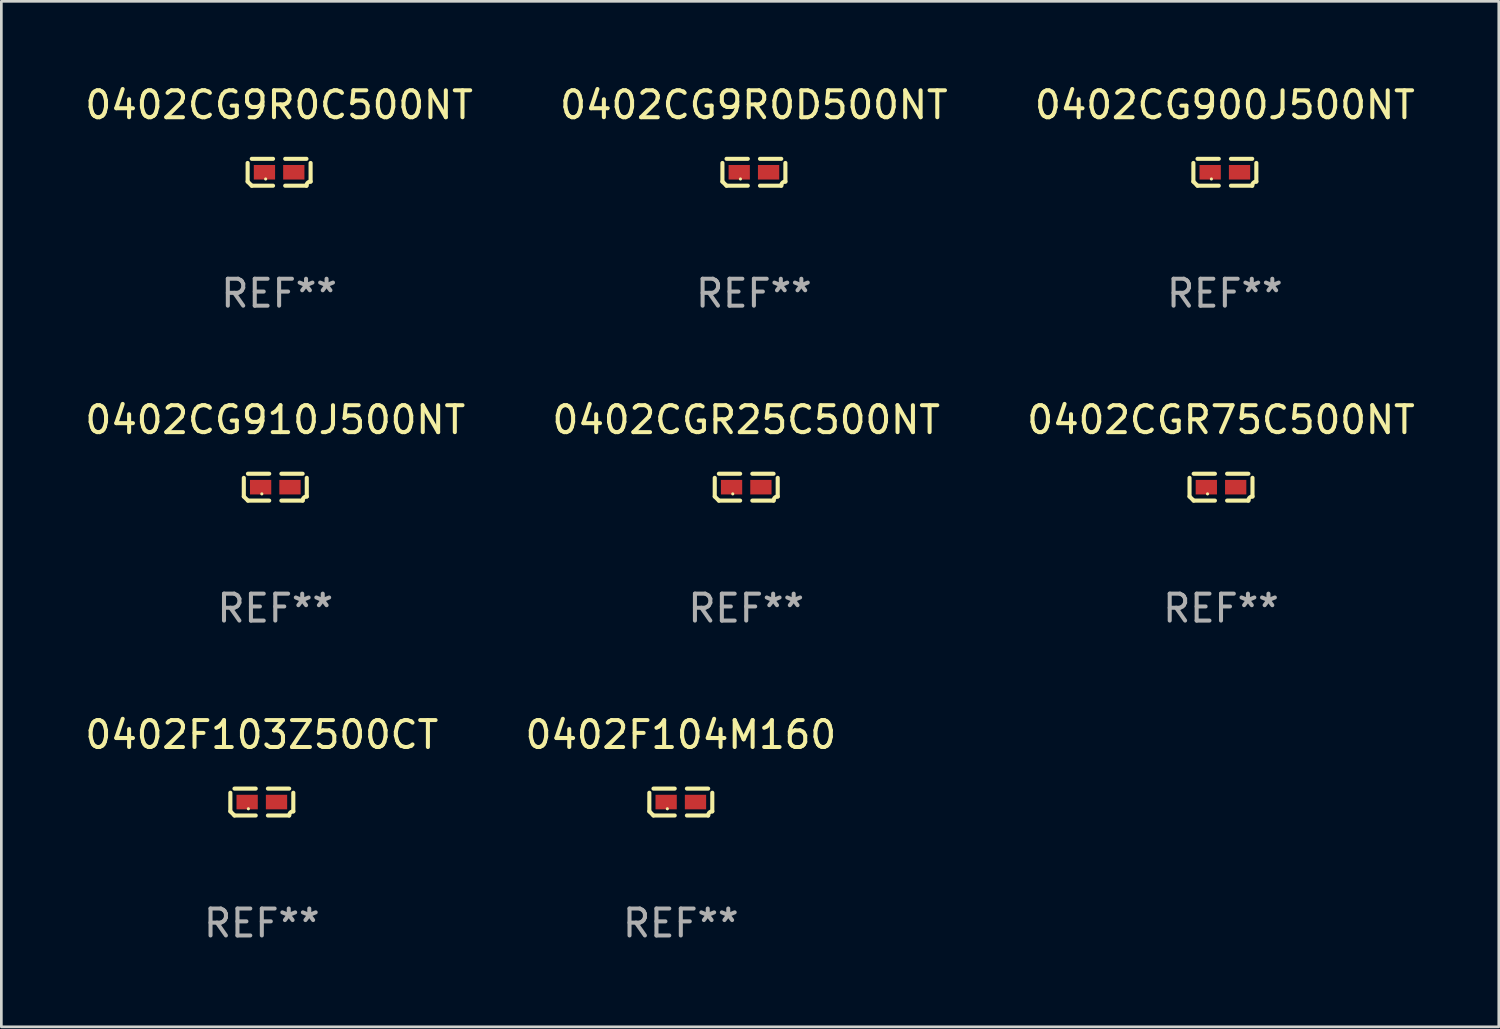
<source format=kicad_pcb>
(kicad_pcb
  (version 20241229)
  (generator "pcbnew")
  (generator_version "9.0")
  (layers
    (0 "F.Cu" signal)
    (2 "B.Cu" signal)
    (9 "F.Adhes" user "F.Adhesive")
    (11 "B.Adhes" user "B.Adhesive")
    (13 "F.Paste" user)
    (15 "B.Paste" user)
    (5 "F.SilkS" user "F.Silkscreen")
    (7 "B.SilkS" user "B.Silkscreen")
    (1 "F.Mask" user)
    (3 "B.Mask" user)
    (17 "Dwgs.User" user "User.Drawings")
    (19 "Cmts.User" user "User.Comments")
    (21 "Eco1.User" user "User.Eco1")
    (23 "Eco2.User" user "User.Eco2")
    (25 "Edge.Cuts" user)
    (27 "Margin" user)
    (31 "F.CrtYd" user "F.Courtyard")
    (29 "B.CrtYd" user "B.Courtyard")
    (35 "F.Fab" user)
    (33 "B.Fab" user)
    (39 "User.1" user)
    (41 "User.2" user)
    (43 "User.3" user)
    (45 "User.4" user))
  (footprint "0402CG910J500NT"
    (layer "F.Cu")
    (at 7.173 15.041)
    (property "Reference" "0402CG910J500NT" (at 0 -2.499 0) (layer "F.SilkS") (effects (font (size 1 1) (thickness 0.15))))
    (attr through_hole)
    (fp_line (start -1.169 0.346) (end -1.169 -0.346) (stroke (width 0.152) (type solid)) (layer "F.SilkS"))
    (fp_line (start -1.016 -0.499) (end -0.226 -0.499) (stroke (width 0.152) (type solid)) (layer "F.SilkS"))
    (fp_line (start -0.226 0.499) (end -1.016 0.499) (stroke (width 0.152) (type solid)) (layer "F.SilkS"))
    (fp_line (start 0.226 0.499) (end 1.016 0.499) (stroke (width 0.152) (type solid)) (layer "F.SilkS"))
    (fp_line (start 1.016 -0.499) (end 0.226 -0.499) (stroke (width 0.152) (type solid)) (layer "F.SilkS"))
    (fp_line (start 1.169 0.346) (end 1.169 -0.346) (stroke (width 0.152) (type solid)) (layer "F.SilkS"))
    (fp_arc (start -1.016307 0.498603) (mid -1.092512 0.422405) (end -1.16871 0.3462) (stroke (width 0.1524) (type solid)) (layer "F.SilkS"))
    (fp_arc (start 1.016307 0.498603) (mid 1.060899 0.390758) (end 1.168707 0.346076) (stroke (width 0.1524) (type solid)) (layer "F.SilkS"))
    (fp_circle (center -0.5 0.25) (end -0.47 0.25) (stroke (width 0.06) (type solid)) (fill no) (layer "F.SilkS"))
    (fp_text user "REF**" (at 0 4.499 0) (layer "F.Fab") (effects (font (size 1 1) (thickness 0.15))))
    (pad "1" smd rect (at -0.545 0) (size 0.79 0.54) (layers "F.Cu" "F.Mask" "F.Paste"))
    (pad "2" smd rect (at 0.545 0) (size 0.79 0.54) (layers "F.Cu" "F.Mask" "F.Paste")))
  (footprint "0402CG9R0C500NT"
    (layer "F.Cu")
    (at 7.315 3.347)
    (property "Reference" "0402CG9R0C500NT" (at 0 -2.499 0) (layer "F.SilkS") (effects (font (size 1 1) (thickness 0.15))))
    (attr through_hole)
    (fp_line (start -1.169 0.346) (end -1.169 -0.346) (stroke (width 0.152) (type solid)) (layer "F.SilkS"))
    (fp_line (start -1.016 -0.499) (end -0.226 -0.499) (stroke (width 0.152) (type solid)) (layer "F.SilkS"))
    (fp_line (start -0.226 0.499) (end -1.016 0.499) (stroke (width 0.152) (type solid)) (layer "F.SilkS"))
    (fp_line (start 0.226 0.499) (end 1.016 0.499) (stroke (width 0.152) (type solid)) (layer "F.SilkS"))
    (fp_line (start 1.016 -0.499) (end 0.226 -0.499) (stroke (width 0.152) (type solid)) (layer "F.SilkS"))
    (fp_line (start 1.169 0.346) (end 1.169 -0.346) (stroke (width 0.152) (type solid)) (layer "F.SilkS"))
    (fp_arc (start -1.016307 0.498603) (mid -1.092512 0.422405) (end -1.16871 0.3462) (stroke (width 0.1524) (type solid)) (layer "F.SilkS"))
    (fp_arc (start 1.016307 0.498603) (mid 1.060899 0.390758) (end 1.168707 0.346076) (stroke (width 0.1524) (type solid)) (layer "F.SilkS"))
    (fp_circle (center -0.5 0.25) (end -0.47 0.25) (stroke (width 0.06) (type solid)) (fill no) (layer "F.SilkS"))
    (fp_text user "REF**" (at 0 4.499 0) (layer "F.Fab") (effects (font (size 1 1) (thickness 0.15))))
    (pad "1" smd rect (at -0.545 0) (size 0.79 0.54) (layers "F.Cu" "F.Mask" "F.Paste"))
    (pad "2" smd rect (at 0.545 0) (size 0.79 0.54) (layers "F.Cu" "F.Mask" "F.Paste")))
  (footprint "0402F103Z500CT"
    (layer "F.Cu")
    (at 6.673 26.734)
    (property "Reference" "0402F103Z500CT" (at 0 -2.499 0) (layer "F.SilkS") (effects (font (size 1 1) (thickness 0.15))))
    (attr through_hole)
    (fp_line (start -1.169 0.346) (end -1.169 -0.346) (stroke (width 0.152) (type solid)) (layer "F.SilkS"))
    (fp_line (start -1.016 -0.499) (end -0.226 -0.499) (stroke (width 0.152) (type solid)) (layer "F.SilkS"))
    (fp_line (start -0.226 0.499) (end -1.016 0.499) (stroke (width 0.152) (type solid)) (layer "F.SilkS"))
    (fp_line (start 0.226 0.499) (end 1.016 0.499) (stroke (width 0.152) (type solid)) (layer "F.SilkS"))
    (fp_line (start 1.016 -0.499) (end 0.226 -0.499) (stroke (width 0.152) (type solid)) (layer "F.SilkS"))
    (fp_line (start 1.169 0.346) (end 1.169 -0.346) (stroke (width 0.152) (type solid)) (layer "F.SilkS"))
    (fp_arc (start -1.016307 0.498603) (mid -1.092512 0.422405) (end -1.16871 0.3462) (stroke (width 0.1524) (type solid)) (layer "F.SilkS"))
    (fp_arc (start 1.016307 0.498603) (mid 1.060899 0.390758) (end 1.168707 0.346076) (stroke (width 0.1524) (type solid)) (layer "F.SilkS"))
    (fp_circle (center -0.5 0.25) (end -0.47 0.25) (stroke (width 0.06) (type solid)) (fill no) (layer "F.SilkS"))
    (fp_text user "REF**" (at 0 4.499 0) (layer "F.Fab") (effects (font (size 1 1) (thickness 0.15))))
    (pad "1" smd rect (at -0.545 0) (size 0.79 0.54) (layers "F.Cu" "F.Mask" "F.Paste"))
    (pad "2" smd rect (at 0.545 0) (size 0.79 0.54) (layers "F.Cu" "F.Mask" "F.Paste")))
  (footprint "0402CG900J500NT"
    (layer "F.Cu")
    (at 42.435 3.347)
    (property "Reference" "0402CG900J500NT" (at 0 -2.499 0) (layer "F.SilkS") (effects (font (size 1 1) (thickness 0.15))))
    (attr through_hole)
    (fp_line (start -1.169 0.346) (end -1.169 -0.346) (stroke (width 0.152) (type solid)) (layer "F.SilkS"))
    (fp_line (start -1.016 -0.499) (end -0.226 -0.499) (stroke (width 0.152) (type solid)) (layer "F.SilkS"))
    (fp_line (start -0.226 0.499) (end -1.016 0.499) (stroke (width 0.152) (type solid)) (layer "F.SilkS"))
    (fp_line (start 0.226 0.499) (end 1.016 0.499) (stroke (width 0.152) (type solid)) (layer "F.SilkS"))
    (fp_line (start 1.016 -0.499) (end 0.226 -0.499) (stroke (width 0.152) (type solid)) (layer "F.SilkS"))
    (fp_line (start 1.169 0.346) (end 1.169 -0.346) (stroke (width 0.152) (type solid)) (layer "F.SilkS"))
    (fp_arc (start -1.016307 0.498603) (mid -1.092512 0.422405) (end -1.16871 0.3462) (stroke (width 0.1524) (type solid)) (layer "F.SilkS"))
    (fp_arc (start 1.016307 0.498603) (mid 1.060899 0.390758) (end 1.168707 0.346076) (stroke (width 0.1524) (type solid)) (layer "F.SilkS"))
    (fp_circle (center -0.5 0.25) (end -0.47 0.25) (stroke (width 0.06) (type solid)) (fill no) (layer "F.SilkS"))
    (fp_text user "REF**" (at 0 4.499 0) (layer "F.Fab") (effects (font (size 1 1) (thickness 0.15))))
    (pad "1" smd rect (at -0.545 0) (size 0.79 0.54) (layers "F.Cu" "F.Mask" "F.Paste"))
    (pad "2" smd rect (at 0.545 0) (size 0.79 0.54) (layers "F.Cu" "F.Mask" "F.Paste")))
  (footprint "0402F104M160"
    (layer "F.Cu")
    (at 22.232 26.734)
    (property "Reference" "0402F104M160" (at 0 -2.499 0) (layer "F.SilkS") (effects (font (size 1 1) (thickness 0.15))))
    (attr through_hole)
    (fp_line (start -1.169 0.346) (end -1.169 -0.346) (stroke (width 0.152) (type solid)) (layer "F.SilkS"))
    (fp_line (start -1.016 -0.499) (end -0.226 -0.499) (stroke (width 0.152) (type solid)) (layer "F.SilkS"))
    (fp_line (start -0.226 0.499) (end -1.016 0.499) (stroke (width 0.152) (type solid)) (layer "F.SilkS"))
    (fp_line (start 0.226 0.499) (end 1.016 0.499) (stroke (width 0.152) (type solid)) (layer "F.SilkS"))
    (fp_line (start 1.016 -0.499) (end 0.226 -0.499) (stroke (width 0.152) (type solid)) (layer "F.SilkS"))
    (fp_line (start 1.169 0.346) (end 1.169 -0.346) (stroke (width 0.152) (type solid)) (layer "F.SilkS"))
    (fp_arc (start -1.016307 0.498603) (mid -1.092512 0.422405) (end -1.16871 0.3462) (stroke (width 0.1524) (type solid)) (layer "F.SilkS"))
    (fp_arc (start 1.016307 0.498603) (mid 1.060899 0.390758) (end 1.168707 0.346076) (stroke (width 0.1524) (type solid)) (layer "F.SilkS"))
    (fp_circle (center -0.5 0.25) (end -0.47 0.25) (stroke (width 0.06) (type solid)) (fill no) (layer "F.SilkS"))
    (fp_text user "REF**" (at 0 4.499 0) (layer "F.Fab") (effects (font (size 1 1) (thickness 0.15))))
    (pad "1" smd rect (at -0.545 0) (size 0.79 0.54) (layers "F.Cu" "F.Mask" "F.Paste"))
    (pad "2" smd rect (at 0.545 0) (size 0.79 0.54) (layers "F.Cu" "F.Mask" "F.Paste")))
  (footprint "0402CGR25C500NT"
    (layer "F.Cu")
    (at 24.661 15.041)
    (property "Reference" "0402CGR25C500NT" (at 0 -2.499 0) (layer "F.SilkS") (effects (font (size 1 1) (thickness 0.15))))
    (attr through_hole)
    (fp_line (start -1.169 0.346) (end -1.169 -0.346) (stroke (width 0.152) (type solid)) (layer "F.SilkS"))
    (fp_line (start -1.016 -0.499) (end -0.226 -0.499) (stroke (width 0.152) (type solid)) (layer "F.SilkS"))
    (fp_line (start -0.226 0.499) (end -1.016 0.499) (stroke (width 0.152) (type solid)) (layer "F.SilkS"))
    (fp_line (start 0.226 0.499) (end 1.016 0.499) (stroke (width 0.152) (type solid)) (layer "F.SilkS"))
    (fp_line (start 1.016 -0.499) (end 0.226 -0.499) (stroke (width 0.152) (type solid)) (layer "F.SilkS"))
    (fp_line (start 1.169 0.346) (end 1.169 -0.346) (stroke (width 0.152) (type solid)) (layer "F.SilkS"))
    (fp_arc (start -1.016307 0.498603) (mid -1.092512 0.422405) (end -1.16871 0.3462) (stroke (width 0.1524) (type solid)) (layer "F.SilkS"))
    (fp_arc (start 1.016307 0.498603) (mid 1.060899 0.390758) (end 1.168707 0.346076) (stroke (width 0.1524) (type solid)) (layer "F.SilkS"))
    (fp_circle (center -0.5 0.25) (end -0.47 0.25) (stroke (width 0.06) (type solid)) (fill no) (layer "F.SilkS"))
    (fp_text user "REF**" (at 0 4.499 0) (layer "F.Fab") (effects (font (size 1 1) (thickness 0.15))))
    (pad "1" smd rect (at -0.545 0) (size 0.79 0.54) (layers "F.Cu" "F.Mask" "F.Paste"))
    (pad "2" smd rect (at 0.545 0) (size 0.79 0.54) (layers "F.Cu" "F.Mask" "F.Paste")))
  (footprint "0402CGR75C500NT"
    (layer "F.Cu")
    (at 42.292 15.041)
    (property "Reference" "0402CGR75C500NT" (at 0 -2.499 0) (layer "F.SilkS") (effects (font (size 1 1) (thickness 0.15))))
    (attr through_hole)
    (fp_line (start -1.169 0.346) (end -1.169 -0.346) (stroke (width 0.152) (type solid)) (layer "F.SilkS"))
    (fp_line (start -1.016 -0.499) (end -0.226 -0.499) (stroke (width 0.152) (type solid)) (layer "F.SilkS"))
    (fp_line (start -0.226 0.499) (end -1.016 0.499) (stroke (width 0.152) (type solid)) (layer "F.SilkS"))
    (fp_line (start 0.226 0.499) (end 1.016 0.499) (stroke (width 0.152) (type solid)) (layer "F.SilkS"))
    (fp_line (start 1.016 -0.499) (end 0.226 -0.499) (stroke (width 0.152) (type solid)) (layer "F.SilkS"))
    (fp_line (start 1.169 0.346) (end 1.169 -0.346) (stroke (width 0.152) (type solid)) (layer "F.SilkS"))
    (fp_arc (start -1.016307 0.498603) (mid -1.092512 0.422405) (end -1.16871 0.3462) (stroke (width 0.1524) (type solid)) (layer "F.SilkS"))
    (fp_arc (start 1.016307 0.498603) (mid 1.060899 0.390758) (end 1.168707 0.346076) (stroke (width 0.1524) (type solid)) (layer "F.SilkS"))
    (fp_circle (center -0.5 0.25) (end -0.47 0.25) (stroke (width 0.06) (type solid)) (fill no) (layer "F.SilkS"))
    (fp_text user "REF**" (at 0 4.499 0) (layer "F.Fab") (effects (font (size 1 1) (thickness 0.15))))
    (pad "1" smd rect (at -0.545 0) (size 0.79 0.54) (layers "F.Cu" "F.Mask" "F.Paste"))
    (pad "2" smd rect (at 0.545 0) (size 0.79 0.54) (layers "F.Cu" "F.Mask" "F.Paste")))
  (footprint "0402CG9R0D500NT"
    (layer "F.Cu")
    (at 24.946 3.347)
    (property "Reference" "0402CG9R0D500NT" (at 0 -2.499 0) (layer "F.SilkS") (effects (font (size 1 1) (thickness 0.15))))
    (attr through_hole)
    (fp_line (start -1.169 0.346) (end -1.169 -0.346) (stroke (width 0.152) (type solid)) (layer "F.SilkS"))
    (fp_line (start -1.016 -0.499) (end -0.226 -0.499) (stroke (width 0.152) (type solid)) (layer "F.SilkS"))
    (fp_line (start -0.226 0.499) (end -1.016 0.499) (stroke (width 0.152) (type solid)) (layer "F.SilkS"))
    (fp_line (start 0.226 0.499) (end 1.016 0.499) (stroke (width 0.152) (type solid)) (layer "F.SilkS"))
    (fp_line (start 1.016 -0.499) (end 0.226 -0.499) (stroke (width 0.152) (type solid)) (layer "F.SilkS"))
    (fp_line (start 1.169 0.346) (end 1.169 -0.346) (stroke (width 0.152) (type solid)) (layer "F.SilkS"))
    (fp_arc (start -1.016307 0.498603) (mid -1.092512 0.422405) (end -1.16871 0.3462) (stroke (width 0.1524) (type solid)) (layer "F.SilkS"))
    (fp_arc (start 1.016307 0.498603) (mid 1.060899 0.390758) (end 1.168707 0.346076) (stroke (width 0.1524) (type solid)) (layer "F.SilkS"))
    (fp_circle (center -0.5 0.25) (end -0.47 0.25) (stroke (width 0.06) (type solid)) (fill no) (layer "F.SilkS"))
    (fp_text user "REF**" (at 0 4.499 0) (layer "F.Fab") (effects (font (size 1 1) (thickness 0.15))))
    (pad "1" smd rect (at -0.545 0) (size 0.79 0.54) (layers "F.Cu" "F.Mask" "F.Paste"))
    (pad "2" smd rect (at 0.545 0) (size 0.79 0.54) (layers "F.Cu" "F.Mask" "F.Paste")))
  (gr_rect
    (start -3 -3)
    (end 52.607 35.081)
    (stroke (width 0.1) (type default))
    (fill no)
    (layer "Edge.Cuts")))
</source>
